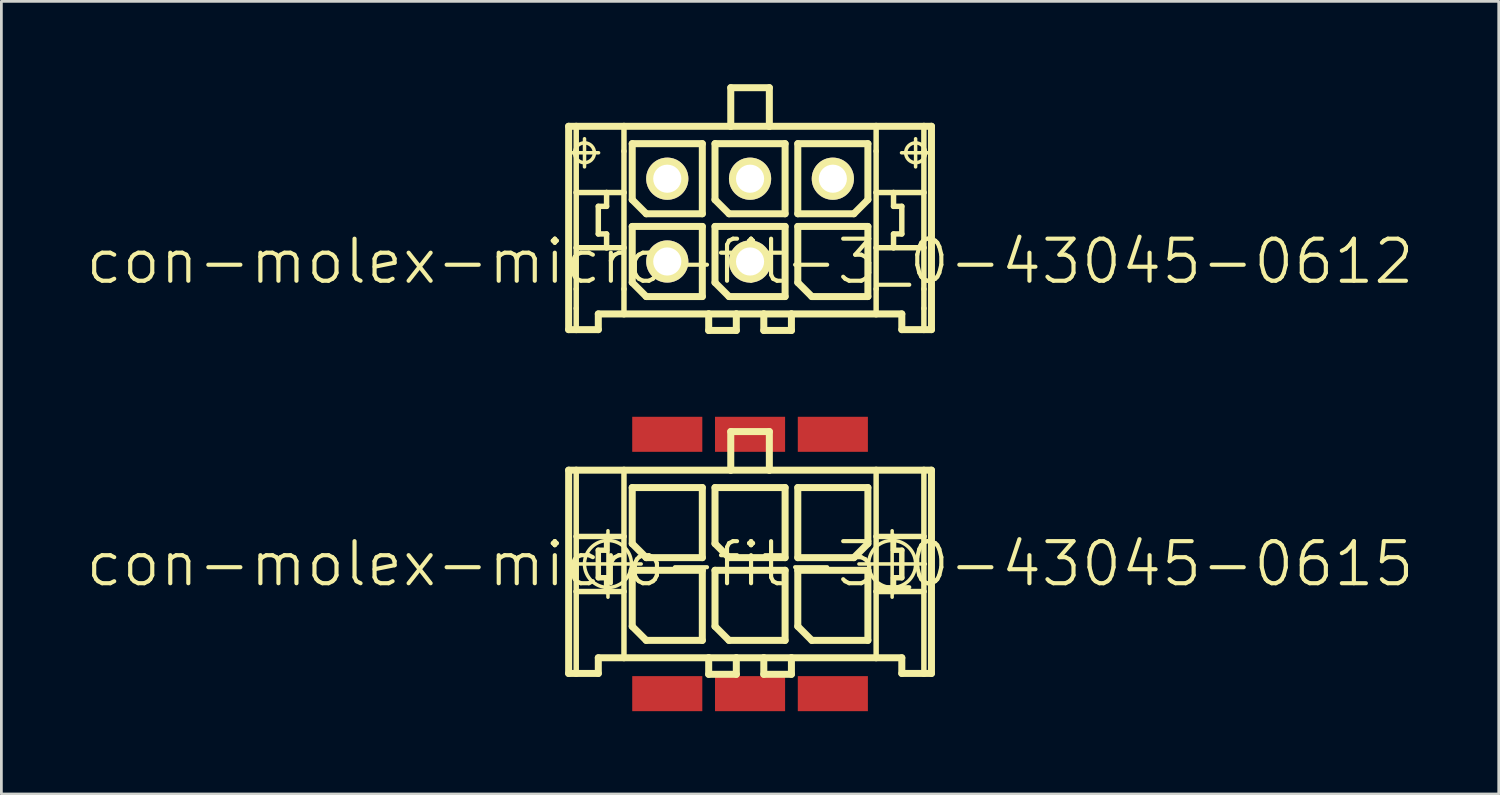
<source format=kicad_pcb>
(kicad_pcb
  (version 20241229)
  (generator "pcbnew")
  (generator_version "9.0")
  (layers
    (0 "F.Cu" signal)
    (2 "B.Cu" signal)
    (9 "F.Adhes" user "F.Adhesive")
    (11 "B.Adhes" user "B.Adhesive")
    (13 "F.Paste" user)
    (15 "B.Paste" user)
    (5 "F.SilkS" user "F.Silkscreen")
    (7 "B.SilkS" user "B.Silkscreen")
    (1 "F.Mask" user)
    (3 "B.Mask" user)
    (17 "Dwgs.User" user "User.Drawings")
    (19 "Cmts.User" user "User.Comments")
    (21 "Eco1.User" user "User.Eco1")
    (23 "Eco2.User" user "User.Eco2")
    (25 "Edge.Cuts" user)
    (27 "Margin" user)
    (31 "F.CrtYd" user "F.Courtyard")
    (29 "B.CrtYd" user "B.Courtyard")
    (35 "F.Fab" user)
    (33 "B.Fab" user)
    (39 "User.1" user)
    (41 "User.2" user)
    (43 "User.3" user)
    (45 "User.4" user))
  (footprint "con-molex-micro-fit-3_0-43045-0615"
    (layer "F.Cu")
    (at 24.13 17.387)
    (property "Reference" "con-molex-micro-fit-3_0-43045-0615" (at 0 0 0) (layer "F.SilkS") (effects (font (size 1.524 1.524) (thickness 0.15))))
    (attr smd)
    (fp_line (start -6.574 -3.399) (end -6.299 -3.399) (stroke (width 0.254) (type solid)) (layer "F.SilkS"))
    (fp_line (start -6.574 3.967) (end -6.574 -3.399) (stroke (width 0.254) (type solid)) (layer "F.SilkS"))
    (fp_line (start -6.353 0) (end -3.945 0) (stroke (width 0.127) (type solid)) (layer "F.SilkS"))
    (fp_line (start -6.299 -3.399) (end -4.569 -3.399) (stroke (width 0.254) (type solid)) (layer "F.SilkS"))
    (fp_line (start -6.299 -0.998) (end -6.299 -3.399) (stroke (width 0.198) (type solid)) (layer "F.SilkS"))
    (fp_line (start -6.299 0.998) (end -6.299 -0.998) (stroke (width 0.198) (type solid)) (layer "F.SilkS"))
    (fp_line (start -6.299 3.967) (end -6.574 3.967) (stroke (width 0.254) (type solid)) (layer "F.SilkS"))
    (fp_line (start -6.299 3.967) (end -6.299 0.998) (stroke (width 0.198) (type solid)) (layer "F.SilkS"))
    (fp_line (start -5.499 -0.498) (end -5.499 0.498) (stroke (width 0.198) (type solid)) (layer "F.SilkS"))
    (fp_line (start -5.499 0.498) (end -5.199 0.498) (stroke (width 0.198) (type solid)) (layer "F.SilkS"))
    (fp_line (start -5.499 3.399) (end -5.499 3.967) (stroke (width 0.254) (type solid)) (layer "F.SilkS"))
    (fp_line (start -5.499 3.967) (end -6.299 3.967) (stroke (width 0.254) (type solid)) (layer "F.SilkS"))
    (fp_line (start -5.199 -0.998) (end -6.299 -0.998) (stroke (width 0.198) (type solid)) (layer "F.SilkS"))
    (fp_line (start -5.199 -0.998) (end -5.199 -0.498) (stroke (width 0.198) (type solid)) (layer "F.SilkS"))
    (fp_line (start -5.199 -0.498) (end -5.499 -0.498) (stroke (width 0.198) (type solid)) (layer "F.SilkS"))
    (fp_line (start -5.199 0.498) (end -5.199 0.998) (stroke (width 0.198) (type solid)) (layer "F.SilkS"))
    (fp_line (start -5.199 0.998) (end -6.299 0.998) (stroke (width 0.198) (type solid)) (layer "F.SilkS"))
    (fp_line (start -5.149 1.204) (end -5.149 -1.204) (stroke (width 0.127) (type solid)) (layer "F.SilkS"))
    (fp_line (start -4.569 -3.399) (end -0.699 -3.399) (stroke (width 0.254) (type solid)) (layer "F.SilkS"))
    (fp_line (start -4.569 -0.998) (end -5.199 -0.998) (stroke (width 0.198) (type solid)) (layer "F.SilkS"))
    (fp_line (start -4.569 -0.998) (end -4.569 -3.399) (stroke (width 0.198) (type solid)) (layer "F.SilkS"))
    (fp_line (start -4.569 0.998) (end -5.199 0.998) (stroke (width 0.198) (type solid)) (layer "F.SilkS"))
    (fp_line (start -4.569 0.998) (end -4.569 -0.998) (stroke (width 0.198) (type solid)) (layer "F.SilkS"))
    (fp_line (start -4.569 3.399) (end -5.499 3.399) (stroke (width 0.254) (type solid)) (layer "F.SilkS"))
    (fp_line (start -4.569 3.399) (end -4.569 0.998) (stroke (width 0.198) (type solid)) (layer "F.SilkS"))
    (fp_line (start -4.27 -2.769) (end -1.73 -2.769) (stroke (width 0.254) (type solid)) (layer "F.SilkS"))
    (fp_line (start -4.27 -0.737) (end -4.27 -2.769) (stroke (width 0.254) (type solid)) (layer "F.SilkS"))
    (fp_line (start -4.27 0.229) (end -1.73 0.229) (stroke (width 0.254) (type solid)) (layer "F.SilkS"))
    (fp_line (start -4.27 2.261) (end -4.27 0.229) (stroke (width 0.254) (type solid)) (layer "F.SilkS"))
    (fp_line (start -3.762 -0.229) (end -4.27 -0.737) (stroke (width 0.254) (type solid)) (layer "F.SilkS"))
    (fp_line (start -3.762 2.769) (end -4.27 2.261) (stroke (width 0.254) (type solid)) (layer "F.SilkS"))
    (fp_line (start -1.73 -2.769) (end -1.73 -0.229) (stroke (width 0.254) (type solid)) (layer "F.SilkS"))
    (fp_line (start -1.73 -0.229) (end -3.762 -0.229) (stroke (width 0.254) (type solid)) (layer "F.SilkS"))
    (fp_line (start -1.73 0.229) (end -1.73 2.769) (stroke (width 0.254) (type solid)) (layer "F.SilkS"))
    (fp_line (start -1.73 2.769) (end -3.762 2.769) (stroke (width 0.254) (type solid)) (layer "F.SilkS"))
    (fp_line (start -1.499 3.399) (end -4.569 3.399) (stroke (width 0.254) (type solid)) (layer "F.SilkS"))
    (fp_line (start -1.499 3.399) (end -1.499 3.998) (stroke (width 0.254) (type solid)) (layer "F.SilkS"))
    (fp_line (start -1.499 3.998) (end -0.498 3.998) (stroke (width 0.254) (type solid)) (layer "F.SilkS"))
    (fp_line (start -1.27 -2.769) (end 1.27 -2.769) (stroke (width 0.254) (type solid)) (layer "F.SilkS"))
    (fp_line (start -1.27 -0.737) (end -1.27 -2.769) (stroke (width 0.254) (type solid)) (layer "F.SilkS"))
    (fp_line (start -1.27 0.229) (end 1.27 0.229) (stroke (width 0.254) (type solid)) (layer "F.SilkS"))
    (fp_line (start -1.27 2.261) (end -1.27 0.229) (stroke (width 0.254) (type solid)) (layer "F.SilkS"))
    (fp_line (start -0.762 -0.229) (end -1.27 -0.737) (stroke (width 0.254) (type solid)) (layer "F.SilkS"))
    (fp_line (start -0.762 2.769) (end -1.27 2.261) (stroke (width 0.254) (type solid)) (layer "F.SilkS"))
    (fp_line (start -0.699 -4.798) (end -0.699 -3.399) (stroke (width 0.254) (type solid)) (layer "F.SilkS"))
    (fp_line (start -0.699 -4.798) (end 0.699 -4.798) (stroke (width 0.254) (type solid)) (layer "F.SilkS"))
    (fp_line (start -0.699 -3.399) (end 0.699 -3.399) (stroke (width 0.254) (type solid)) (layer "F.SilkS"))
    (fp_line (start -0.498 3.399) (end -1.499 3.399) (stroke (width 0.254) (type solid)) (layer "F.SilkS"))
    (fp_line (start -0.498 3.998) (end -0.498 3.399) (stroke (width 0.254) (type solid)) (layer "F.SilkS"))
    (fp_line (start 0.498 3.399) (end -0.498 3.399) (stroke (width 0.254) (type solid)) (layer "F.SilkS"))
    (fp_line (start 0.498 3.399) (end 0.498 3.998) (stroke (width 0.254) (type solid)) (layer "F.SilkS"))
    (fp_line (start 0.498 3.998) (end 1.499 3.998) (stroke (width 0.254) (type solid)) (layer "F.SilkS"))
    (fp_line (start 0.699 -4.798) (end 0.699 -3.399) (stroke (width 0.254) (type solid)) (layer "F.SilkS"))
    (fp_line (start 0.699 -3.399) (end 4.569 -3.399) (stroke (width 0.254) (type solid)) (layer "F.SilkS"))
    (fp_line (start 1.27 -2.769) (end 1.27 -0.229) (stroke (width 0.254) (type solid)) (layer "F.SilkS"))
    (fp_line (start 1.27 -0.229) (end -0.762 -0.229) (stroke (width 0.254) (type solid)) (layer "F.SilkS"))
    (fp_line (start 1.27 0.229) (end 1.27 2.769) (stroke (width 0.254) (type solid)) (layer "F.SilkS"))
    (fp_line (start 1.27 2.769) (end -0.762 2.769) (stroke (width 0.254) (type solid)) (layer "F.SilkS"))
    (fp_line (start 1.499 3.399) (end 0.498 3.399) (stroke (width 0.254) (type solid)) (layer "F.SilkS"))
    (fp_line (start 1.499 3.998) (end 1.499 3.399) (stroke (width 0.254) (type solid)) (layer "F.SilkS"))
    (fp_line (start 1.73 -2.769) (end 1.73 -0.229) (stroke (width 0.254) (type solid)) (layer "F.SilkS"))
    (fp_line (start 1.73 -0.229) (end 3.762 -0.229) (stroke (width 0.254) (type solid)) (layer "F.SilkS"))
    (fp_line (start 1.73 0.229) (end 4.27 0.229) (stroke (width 0.254) (type solid)) (layer "F.SilkS"))
    (fp_line (start 1.73 2.261) (end 1.73 0.229) (stroke (width 0.254) (type solid)) (layer "F.SilkS"))
    (fp_line (start 2.238 2.769) (end 1.73 2.261) (stroke (width 0.254) (type solid)) (layer "F.SilkS"))
    (fp_line (start 3.762 -0.229) (end 4.27 -0.737) (stroke (width 0.254) (type solid)) (layer "F.SilkS"))
    (fp_line (start 3.945 0) (end 6.353 0) (stroke (width 0.127) (type solid)) (layer "F.SilkS"))
    (fp_line (start 4.27 -2.769) (end 1.73 -2.769) (stroke (width 0.254) (type solid)) (layer "F.SilkS"))
    (fp_line (start 4.27 -0.737) (end 4.27 -2.769) (stroke (width 0.254) (type solid)) (layer "F.SilkS"))
    (fp_line (start 4.27 0.229) (end 4.27 2.769) (stroke (width 0.254) (type solid)) (layer "F.SilkS"))
    (fp_line (start 4.27 2.769) (end 2.238 2.769) (stroke (width 0.254) (type solid)) (layer "F.SilkS"))
    (fp_line (start 4.569 -3.399) (end 4.569 -0.998) (stroke (width 0.198) (type solid)) (layer "F.SilkS"))
    (fp_line (start 4.569 -3.399) (end 6.299 -3.399) (stroke (width 0.254) (type solid)) (layer "F.SilkS"))
    (fp_line (start 4.569 -0.998) (end 4.569 0.998) (stroke (width 0.198) (type solid)) (layer "F.SilkS"))
    (fp_line (start 4.569 -0.998) (end 5.199 -0.998) (stroke (width 0.198) (type solid)) (layer "F.SilkS"))
    (fp_line (start 4.569 0.998) (end 4.569 3.399) (stroke (width 0.198) (type solid)) (layer "F.SilkS"))
    (fp_line (start 4.569 0.998) (end 5.199 0.998) (stroke (width 0.198) (type solid)) (layer "F.SilkS"))
    (fp_line (start 4.569 3.399) (end 1.499 3.399) (stroke (width 0.254) (type solid)) (layer "F.SilkS"))
    (fp_line (start 5.149 1.204) (end 5.149 -1.204) (stroke (width 0.127) (type solid)) (layer "F.SilkS"))
    (fp_line (start 5.199 -0.998) (end 5.199 -0.498) (stroke (width 0.198) (type solid)) (layer "F.SilkS"))
    (fp_line (start 5.199 -0.998) (end 6.299 -0.998) (stroke (width 0.198) (type solid)) (layer "F.SilkS"))
    (fp_line (start 5.199 -0.498) (end 5.499 -0.498) (stroke (width 0.198) (type solid)) (layer "F.SilkS"))
    (fp_line (start 5.199 0.498) (end 5.199 0.998) (stroke (width 0.198) (type solid)) (layer "F.SilkS"))
    (fp_line (start 5.199 0.998) (end 6.299 0.998) (stroke (width 0.198) (type solid)) (layer "F.SilkS"))
    (fp_line (start 5.499 -0.498) (end 5.499 0.498) (stroke (width 0.198) (type solid)) (layer "F.SilkS"))
    (fp_line (start 5.499 0.498) (end 5.199 0.498) (stroke (width 0.198) (type solid)) (layer "F.SilkS"))
    (fp_line (start 5.499 3.399) (end 4.569 3.399) (stroke (width 0.254) (type solid)) (layer "F.SilkS"))
    (fp_line (start 5.499 3.967) (end 5.499 3.399) (stroke (width 0.254) (type solid)) (layer "F.SilkS"))
    (fp_line (start 5.499 3.967) (end 6.299 3.967) (stroke (width 0.254) (type solid)) (layer "F.SilkS"))
    (fp_line (start 6.299 -3.399) (end 6.574 -3.399) (stroke (width 0.254) (type solid)) (layer "F.SilkS"))
    (fp_line (start 6.299 -0.998) (end 6.299 -3.399) (stroke (width 0.198) (type solid)) (layer "F.SilkS"))
    (fp_line (start 6.299 0.998) (end 6.299 -0.998) (stroke (width 0.198) (type solid)) (layer "F.SilkS"))
    (fp_line (start 6.299 3.967) (end 6.299 0.998) (stroke (width 0.198) (type solid)) (layer "F.SilkS"))
    (fp_line (start 6.299 3.967) (end 6.574 3.967) (stroke (width 0.254) (type solid)) (layer "F.SilkS"))
    (fp_line (start 6.574 -3.399) (end 6.574 3.967) (stroke (width 0.254) (type solid)) (layer "F.SilkS"))
    (fp_circle (center -5.149 0) (end -5.751 0.602) (stroke (width 0.127) (type solid)) (fill no) (layer "F.SilkS"))
    (fp_circle (center 5.149 0) (end 5.751 0.602) (stroke (width 0.127) (type solid)) (fill no) (layer "F.SilkS"))
    (pad "P$1" smd rect (at 3 4.699) (size 2.54 1.27) (layers "F.Cu" "F.Mask" "F.Paste"))
    (pad "P$2" smd rect (at 0 4.699) (size 2.54 1.27) (layers "F.Cu" "F.Mask" "F.Paste"))
    (pad "P$3" smd rect (at -3 4.699) (size 2.54 1.27) (layers "F.Cu" "F.Mask" "F.Paste"))
    (pad "P$4" smd rect (at 3 -4.699) (size 2.54 1.27) (layers "F.Cu" "F.Mask" "F.Paste"))
    (pad "P$5" smd rect (at 0 -4.699) (size 2.54 1.27) (layers "F.Cu" "F.Mask" "F.Paste"))
    (pad "P$6" smd rect (at -3 -4.699) (size 2.54 1.27) (layers "F.Cu" "F.Mask" "F.Paste")))
  (footprint "con-molex-micro-fit-3_0-43045-0612"
    (layer "F.Cu")
    (at 24.13 6.426)
    (property "Reference" "con-molex-micro-fit-3_0-43045-0612" (at 0 0 0) (layer "F.SilkS") (effects (font (size 1.524 1.524) (thickness 0.15))))
    (attr exclude_from_pos_files exclude_from_bom)
    (fp_line (start -6.574 -4.9) (end -6.299 -4.9) (stroke (width 0.254) (type solid)) (layer "F.SilkS"))
    (fp_line (start -6.574 2.469) (end -6.574 -4.9) (stroke (width 0.254) (type solid)) (layer "F.SilkS"))
    (fp_line (start -6.507 -3.94) (end -5.489 -3.94) (stroke (width 0.127) (type solid)) (layer "F.SilkS"))
    (fp_line (start -6.299 -4.9) (end -4.569 -4.9) (stroke (width 0.254) (type solid)) (layer "F.SilkS"))
    (fp_line (start -6.299 -3.998) (end -6.299 -4.9) (stroke (width 0.198) (type solid)) (layer "F.SilkS"))
    (fp_line (start -6.299 -2.499) (end -6.299 -3.998) (stroke (width 0.198) (type solid)) (layer "F.SilkS"))
    (fp_line (start -6.299 -0.498) (end -6.299 -2.499) (stroke (width 0.198) (type solid)) (layer "F.SilkS"))
    (fp_line (start -6.299 0.998) (end -6.299 -0.498) (stroke (width 0.198) (type solid)) (layer "F.SilkS"))
    (fp_line (start -6.299 1.699) (end -6.299 0.998) (stroke (width 0.198) (type solid)) (layer "F.SilkS"))
    (fp_line (start -6.299 2.469) (end -6.574 2.469) (stroke (width 0.254) (type solid)) (layer "F.SilkS"))
    (fp_line (start -6.299 2.469) (end -6.299 1.699) (stroke (width 0.198) (type solid)) (layer "F.SilkS"))
    (fp_line (start -5.999 -3.429) (end -5.999 -4.448) (stroke (width 0.127) (type solid)) (layer "F.SilkS"))
    (fp_line (start -5.499 -1.999) (end -5.499 -0.998) (stroke (width 0.198) (type solid)) (layer "F.SilkS"))
    (fp_line (start -5.499 -0.998) (end -5.199 -0.998) (stroke (width 0.198) (type solid)) (layer "F.SilkS"))
    (fp_line (start -5.499 1.9) (end -5.499 2.469) (stroke (width 0.254) (type solid)) (layer "F.SilkS"))
    (fp_line (start -5.499 2.469) (end -6.299 2.469) (stroke (width 0.254) (type solid)) (layer "F.SilkS"))
    (fp_line (start -5.199 -2.499) (end -6.299 -2.499) (stroke (width 0.198) (type solid)) (layer "F.SilkS"))
    (fp_line (start -5.199 -2.499) (end -5.199 -1.999) (stroke (width 0.198) (type solid)) (layer "F.SilkS"))
    (fp_line (start -5.199 -1.999) (end -5.499 -1.999) (stroke (width 0.198) (type solid)) (layer "F.SilkS"))
    (fp_line (start -5.199 -0.998) (end -5.199 -0.498) (stroke (width 0.198) (type solid)) (layer "F.SilkS"))
    (fp_line (start -5.199 -0.498) (end -6.299 -0.498) (stroke (width 0.198) (type solid)) (layer "F.SilkS"))
    (fp_line (start -4.569 -4.9) (end -0.699 -4.9) (stroke (width 0.254) (type solid)) (layer "F.SilkS"))
    (fp_line (start -4.569 -3.998) (end -4.569 -4.9) (stroke (width 0.198) (type solid)) (layer "F.SilkS"))
    (fp_line (start -4.569 -2.499) (end -5.199 -2.499) (stroke (width 0.198) (type solid)) (layer "F.SilkS"))
    (fp_line (start -4.569 -2.499) (end -4.569 -3.998) (stroke (width 0.198) (type solid)) (layer "F.SilkS"))
    (fp_line (start -4.569 -0.498) (end -5.199 -0.498) (stroke (width 0.198) (type solid)) (layer "F.SilkS"))
    (fp_line (start -4.569 -0.498) (end -4.569 -2.499) (stroke (width 0.198) (type solid)) (layer "F.SilkS"))
    (fp_line (start -4.569 0.998) (end -4.569 -0.498) (stroke (width 0.198) (type solid)) (layer "F.SilkS"))
    (fp_line (start -4.569 1.9) (end -5.499 1.9) (stroke (width 0.254) (type solid)) (layer "F.SilkS"))
    (fp_line (start -4.569 1.9) (end -4.569 0.998) (stroke (width 0.198) (type solid)) (layer "F.SilkS"))
    (fp_line (start -4.27 -4.27) (end -1.73 -4.27) (stroke (width 0.254) (type solid)) (layer "F.SilkS"))
    (fp_line (start -4.27 -2.238) (end -4.27 -4.27) (stroke (width 0.254) (type solid)) (layer "F.SilkS"))
    (fp_line (start -4.27 -1.27) (end -1.73 -1.27) (stroke (width 0.254) (type solid)) (layer "F.SilkS"))
    (fp_line (start -4.27 0.762) (end -4.27 -1.27) (stroke (width 0.254) (type solid)) (layer "F.SilkS"))
    (fp_line (start -3.762 -1.73) (end -4.27 -2.238) (stroke (width 0.254) (type solid)) (layer "F.SilkS"))
    (fp_line (start -3.762 1.27) (end -4.27 0.762) (stroke (width 0.254) (type solid)) (layer "F.SilkS"))
    (fp_line (start -1.73 -4.27) (end -1.73 -1.73) (stroke (width 0.254) (type solid)) (layer "F.SilkS"))
    (fp_line (start -1.73 -1.73) (end -3.762 -1.73) (stroke (width 0.254) (type solid)) (layer "F.SilkS"))
    (fp_line (start -1.73 -1.27) (end -1.73 1.27) (stroke (width 0.254) (type solid)) (layer "F.SilkS"))
    (fp_line (start -1.73 1.27) (end -3.762 1.27) (stroke (width 0.254) (type solid)) (layer "F.SilkS"))
    (fp_line (start -1.499 1.9) (end -4.569 1.9) (stroke (width 0.254) (type solid)) (layer "F.SilkS"))
    (fp_line (start -1.499 1.9) (end -1.499 2.499) (stroke (width 0.254) (type solid)) (layer "F.SilkS"))
    (fp_line (start -1.499 2.499) (end -0.498 2.499) (stroke (width 0.254) (type solid)) (layer "F.SilkS"))
    (fp_line (start -1.27 -4.27) (end 1.27 -4.27) (stroke (width 0.254) (type solid)) (layer "F.SilkS"))
    (fp_line (start -1.27 -2.238) (end -1.27 -4.27) (stroke (width 0.254) (type solid)) (layer "F.SilkS"))
    (fp_line (start -1.27 -1.27) (end 1.27 -1.27) (stroke (width 0.254) (type solid)) (layer "F.SilkS"))
    (fp_line (start -1.27 0.762) (end -1.27 -1.27) (stroke (width 0.254) (type solid)) (layer "F.SilkS"))
    (fp_line (start -0.762 -1.73) (end -1.27 -2.238) (stroke (width 0.254) (type solid)) (layer "F.SilkS"))
    (fp_line (start -0.762 1.27) (end -1.27 0.762) (stroke (width 0.254) (type solid)) (layer "F.SilkS"))
    (fp_line (start -0.699 -6.299) (end -0.699 -4.9) (stroke (width 0.254) (type solid)) (layer "F.SilkS"))
    (fp_line (start -0.699 -6.299) (end 0.699 -6.299) (stroke (width 0.254) (type solid)) (layer "F.SilkS"))
    (fp_line (start -0.699 -4.9) (end 0.699 -4.9) (stroke (width 0.254) (type solid)) (layer "F.SilkS"))
    (fp_line (start -0.498 1.9) (end -1.499 1.9) (stroke (width 0.254) (type solid)) (layer "F.SilkS"))
    (fp_line (start -0.498 2.499) (end -0.498 1.9) (stroke (width 0.254) (type solid)) (layer "F.SilkS"))
    (fp_line (start 0.498 1.9) (end -0.498 1.9) (stroke (width 0.254) (type solid)) (layer "F.SilkS"))
    (fp_line (start 0.498 1.9) (end 0.498 2.499) (stroke (width 0.254) (type solid)) (layer "F.SilkS"))
    (fp_line (start 0.498 2.499) (end 1.499 2.499) (stroke (width 0.254) (type solid)) (layer "F.SilkS"))
    (fp_line (start 0.699 -6.299) (end 0.699 -4.9) (stroke (width 0.254) (type solid)) (layer "F.SilkS"))
    (fp_line (start 0.699 -4.9) (end 4.569 -4.9) (stroke (width 0.254) (type solid)) (layer "F.SilkS"))
    (fp_line (start 1.27 -4.27) (end 1.27 -1.73) (stroke (width 0.254) (type solid)) (layer "F.SilkS"))
    (fp_line (start 1.27 -1.73) (end -0.762 -1.73) (stroke (width 0.254) (type solid)) (layer "F.SilkS"))
    (fp_line (start 1.27 -1.27) (end 1.27 1.27) (stroke (width 0.254) (type solid)) (layer "F.SilkS"))
    (fp_line (start 1.27 1.27) (end -0.762 1.27) (stroke (width 0.254) (type solid)) (layer "F.SilkS"))
    (fp_line (start 1.499 1.9) (end 0.498 1.9) (stroke (width 0.254) (type solid)) (layer "F.SilkS"))
    (fp_line (start 1.499 2.499) (end 1.499 1.9) (stroke (width 0.254) (type solid)) (layer "F.SilkS"))
    (fp_line (start 1.73 -4.27) (end 1.73 -1.73) (stroke (width 0.254) (type solid)) (layer "F.SilkS"))
    (fp_line (start 1.73 -1.73) (end 3.762 -1.73) (stroke (width 0.254) (type solid)) (layer "F.SilkS"))
    (fp_line (start 1.73 -1.27) (end 4.27 -1.27) (stroke (width 0.254) (type solid)) (layer "F.SilkS"))
    (fp_line (start 1.73 0.762) (end 1.73 -1.27) (stroke (width 0.254) (type solid)) (layer "F.SilkS"))
    (fp_line (start 2.238 1.27) (end 1.73 0.762) (stroke (width 0.254) (type solid)) (layer "F.SilkS"))
    (fp_line (start 3.762 -1.73) (end 4.27 -2.238) (stroke (width 0.254) (type solid)) (layer "F.SilkS"))
    (fp_line (start 4.27 -4.27) (end 1.73 -4.27) (stroke (width 0.254) (type solid)) (layer "F.SilkS"))
    (fp_line (start 4.27 -2.238) (end 4.27 -4.27) (stroke (width 0.254) (type solid)) (layer "F.SilkS"))
    (fp_line (start 4.27 -1.27) (end 4.27 1.27) (stroke (width 0.254) (type solid)) (layer "F.SilkS"))
    (fp_line (start 4.27 1.27) (end 2.238 1.27) (stroke (width 0.254) (type solid)) (layer "F.SilkS"))
    (fp_line (start 4.569 -4.9) (end 4.569 -3.998) (stroke (width 0.198) (type solid)) (layer "F.SilkS"))
    (fp_line (start 4.569 -4.9) (end 6.299 -4.9) (stroke (width 0.254) (type solid)) (layer "F.SilkS"))
    (fp_line (start 4.569 -3.998) (end 4.569 -2.499) (stroke (width 0.198) (type solid)) (layer "F.SilkS"))
    (fp_line (start 4.569 -2.499) (end 4.569 -0.498) (stroke (width 0.198) (type solid)) (layer "F.SilkS"))
    (fp_line (start 4.569 -2.499) (end 5.199 -2.499) (stroke (width 0.198) (type solid)) (layer "F.SilkS"))
    (fp_line (start 4.569 -0.498) (end 4.569 0.998) (stroke (width 0.198) (type solid)) (layer "F.SilkS"))
    (fp_line (start 4.569 -0.498) (end 5.199 -0.498) (stroke (width 0.198) (type solid)) (layer "F.SilkS"))
    (fp_line (start 4.569 0.998) (end 4.569 1.9) (stroke (width 0.198) (type solid)) (layer "F.SilkS"))
    (fp_line (start 4.569 1.9) (end 1.499 1.9) (stroke (width 0.254) (type solid)) (layer "F.SilkS"))
    (fp_line (start 5.199 -2.499) (end 5.199 -1.999) (stroke (width 0.198) (type solid)) (layer "F.SilkS"))
    (fp_line (start 5.199 -2.499) (end 6.299 -2.499) (stroke (width 0.198) (type solid)) (layer "F.SilkS"))
    (fp_line (start 5.199 -1.999) (end 5.499 -1.999) (stroke (width 0.198) (type solid)) (layer "F.SilkS"))
    (fp_line (start 5.199 -0.998) (end 5.199 -0.498) (stroke (width 0.198) (type solid)) (layer "F.SilkS"))
    (fp_line (start 5.199 -0.498) (end 6.299 -0.498) (stroke (width 0.198) (type solid)) (layer "F.SilkS"))
    (fp_line (start 5.489 -3.94) (end 6.507 -3.94) (stroke (width 0.127) (type solid)) (layer "F.SilkS"))
    (fp_line (start 5.499 -1.999) (end 5.499 -0.998) (stroke (width 0.198) (type solid)) (layer "F.SilkS"))
    (fp_line (start 5.499 -0.998) (end 5.199 -0.998) (stroke (width 0.198) (type solid)) (layer "F.SilkS"))
    (fp_line (start 5.499 1.9) (end 4.569 1.9) (stroke (width 0.254) (type solid)) (layer "F.SilkS"))
    (fp_line (start 5.499 2.469) (end 5.499 1.9) (stroke (width 0.254) (type solid)) (layer "F.SilkS"))
    (fp_line (start 5.499 2.469) (end 6.299 2.469) (stroke (width 0.254) (type solid)) (layer "F.SilkS"))
    (fp_line (start 5.999 -3.429) (end 5.999 -4.448) (stroke (width 0.127) (type solid)) (layer "F.SilkS"))
    (fp_line (start 6.299 -4.9) (end 6.574 -4.9) (stroke (width 0.254) (type solid)) (layer "F.SilkS"))
    (fp_line (start 6.299 -3.998) (end 6.299 -4.9) (stroke (width 0.198) (type solid)) (layer "F.SilkS"))
    (fp_line (start 6.299 -2.499) (end 6.299 -3.998) (stroke (width 0.198) (type solid)) (layer "F.SilkS"))
    (fp_line (start 6.299 -0.498) (end 6.299 -2.499) (stroke (width 0.198) (type solid)) (layer "F.SilkS"))
    (fp_line (start 6.299 0.998) (end 6.299 -0.498) (stroke (width 0.198) (type solid)) (layer "F.SilkS"))
    (fp_line (start 6.299 1.699) (end 6.299 0.998) (stroke (width 0.198) (type solid)) (layer "F.SilkS"))
    (fp_line (start 6.299 2.469) (end 6.299 1.699) (stroke (width 0.198) (type solid)) (layer "F.SilkS"))
    (fp_line (start 6.299 2.469) (end 6.574 2.469) (stroke (width 0.254) (type solid)) (layer "F.SilkS"))
    (fp_line (start 6.574 -4.9) (end 6.574 2.469) (stroke (width 0.254) (type solid)) (layer "F.SilkS"))
    (fp_circle (center -5.999 -3.94) (end -6.253 -4.194) (stroke (width 0.127) (type solid)) (fill no) (layer "F.SilkS"))
    (fp_circle (center 5.999 -3.94) (end 6.253 -4.194) (stroke (width 0.127) (type solid)) (fill no) (layer "F.SilkS"))
    (pad "P$1" thru_hole rect (at 3 0) (size 0.001 0.001) (drill 1.019) (layers "*.Cu" "F.Mask" "F.SilkS" "F.Paste"))
    (pad "P$2" thru_hole circle (at 0 0) (size 1.529 1.529) (drill 1.019) (layers "*.Cu" "F.Mask" "F.SilkS" "F.Paste"))
    (pad "P$3" thru_hole circle (at -3 0) (size 1.529 1.529) (drill 1.019) (layers "*.Cu" "F.Mask" "F.SilkS" "F.Paste"))
    (pad "P$4" thru_hole circle (at 3 -3) (size 1.529 1.529) (drill 1.019) (layers "*.Cu" "F.Mask" "F.SilkS" "F.Paste"))
    (pad "P$5" thru_hole circle (at 0 -3) (size 1.529 1.529) (drill 1.019) (layers "*.Cu" "F.Mask" "F.SilkS" "F.Paste"))
    (pad "P$6" thru_hole circle (at -3 -3) (size 1.529 1.529) (drill 1.019) (layers "*.Cu" "F.Mask" "F.SilkS" "F.Paste")))
  (gr_rect
    (start -3 -3)
    (end 51.26 25.721)
    (stroke (width 0.1) (type default))
    (fill no)
    (layer "Edge.Cuts")))
</source>
